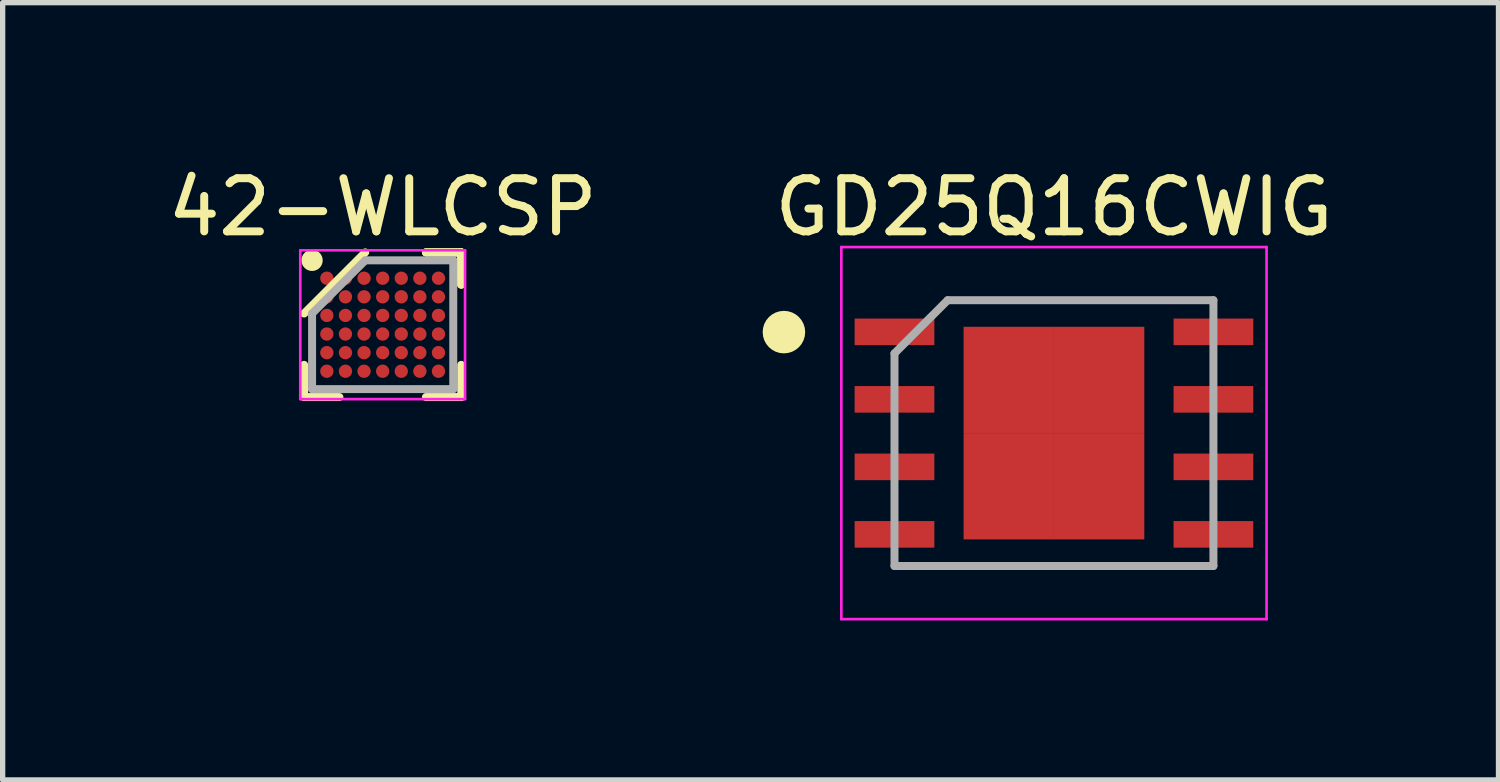
<source format=kicad_pcb>
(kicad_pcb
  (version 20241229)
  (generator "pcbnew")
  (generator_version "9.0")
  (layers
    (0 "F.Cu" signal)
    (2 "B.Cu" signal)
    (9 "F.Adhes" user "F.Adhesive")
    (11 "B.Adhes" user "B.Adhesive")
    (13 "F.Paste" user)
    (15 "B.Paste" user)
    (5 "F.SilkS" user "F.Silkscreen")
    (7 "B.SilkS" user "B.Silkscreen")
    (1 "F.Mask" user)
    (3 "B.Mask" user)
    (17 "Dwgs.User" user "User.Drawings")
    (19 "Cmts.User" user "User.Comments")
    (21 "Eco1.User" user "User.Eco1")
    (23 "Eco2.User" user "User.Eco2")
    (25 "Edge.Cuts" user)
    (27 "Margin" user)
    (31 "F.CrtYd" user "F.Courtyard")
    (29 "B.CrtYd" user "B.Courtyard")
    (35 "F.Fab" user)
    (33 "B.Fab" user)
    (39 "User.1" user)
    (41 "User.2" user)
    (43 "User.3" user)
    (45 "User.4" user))
  (footprint "GD25Q16CWIG"
    (layer "F.Cu")
    (at 16.778 5.098)
    (property "Reference" "GD25Q16CWIG" (at 0 -4.25 0) (layer "F.SilkS") (effects (font (size 1 1) (thickness 0.15))))
    (attr smd)
    (fp_circle (center -5.08 -1.9) (end -4.88 -1.9) (stroke (width 0.4) (type solid)) (fill no) (layer "F.SilkS"))
    (fp_line (start -4 -3.5) (end 4 -3.5) (stroke (width 0.05) (type solid)) (layer "F.CrtYd"))
    (fp_line (start -4 3.5) (end -4 -3.5) (stroke (width 0.05) (type solid)) (layer "F.CrtYd"))
    (fp_line (start 4 -3.5) (end 4 3.5) (stroke (width 0.05) (type solid)) (layer "F.CrtYd"))
    (fp_line (start 4 3.5) (end -4 3.5) (stroke (width 0.05) (type solid)) (layer "F.CrtYd"))
    (fp_line (start -3 -1.5) (end -3 2.5) (stroke (width 0.15) (type solid)) (layer "F.Fab"))
    (fp_line (start -3 2.5) (end 3 2.5) (stroke (width 0.15) (type solid)) (layer "F.Fab"))
    (fp_line (start -2 -2.5) (end -3 -1.5) (stroke (width 0.15) (type solid)) (layer "F.Fab"))
    (fp_line (start 3 -2.5) (end -2 -2.5) (stroke (width 0.15) (type solid)) (layer "F.Fab"))
    (fp_line (start 3 2.5) (end 3 -2.5) (stroke (width 0.15) (type solid)) (layer "F.Fab"))
    (pad "1" smd rect (at -3 -1.905 90) (size 0.5 1.5) (layers "F.Cu" "F.Mask" "F.Paste"))
    (pad "2" smd rect (at -3 -0.635 90) (size 0.5 1.5) (layers "F.Cu" "F.Mask" "F.Paste"))
    (pad "3" smd rect (at -3 0.635 90) (size 0.5 1.5) (layers "F.Cu" "F.Mask" "F.Paste"))
    (pad "4" smd rect (at -3 1.905 90) (size 0.5 1.5) (layers "F.Cu" "F.Mask" "F.Paste"))
    (pad "5" smd rect (at 3 1.905 90) (size 0.5 1.5) (layers "F.Cu" "F.Mask" "F.Paste"))
    (pad "6" smd rect (at 3 0.635 90) (size 0.5 1.5) (layers "F.Cu" "F.Mask" "F.Paste"))
    (pad "7" smd rect (at 3 -0.635 90) (size 0.5 1.5) (layers "F.Cu" "F.Mask" "F.Paste"))
    (pad "8" smd rect (at 3 -1.905 90) (size 0.5 1.5) (layers "F.Cu" "F.Mask" "F.Paste"))
    (pad "9" smd rect (at -0.85 -1) (size 1.7 2) (layers "F.Cu" "F.Mask" "F.Paste"))
    (pad "9" smd rect (at -0.85 1) (size 1.7 2) (layers "F.Cu" "F.Mask" "F.Paste"))
    (pad "9" smd rect (at 0.85 -1) (size 1.7 2) (layers "F.Cu" "F.Mask" "F.Paste"))
    (pad "9" smd rect (at 0.85 1) (size 1.7 2) (layers "F.Cu" "F.Mask" "F.Paste")))
  (footprint "42-WLCSP"
    (layer "F.Cu")
    (at 4.149 3.059)
    (property "Reference" "42-WLCSP" (at 0 -2.211 0) (layer "F.SilkS") (effects (font (size 1 1) (thickness 0.15))))
    (attr smd)
    (fp_line (start -1.478 1.361) (end -1.478 0.755) (stroke (width 0.15) (type solid)) (layer "F.SilkS"))
    (fp_line (start -0.814 1.361) (end -1.478 1.361) (stroke (width 0.15) (type solid)) (layer "F.SilkS"))
    (fp_line (start -0.328 -1.361) (end -1.478 -0.211) (stroke (width 0.15) (type solid)) (layer "F.SilkS"))
    (fp_line (start 0.814 -1.361) (end 1.478 -1.361) (stroke (width 0.15) (type solid)) (layer "F.SilkS"))
    (fp_line (start 0.814 -1.361) (end 1.478 -1.361) (stroke (width 0.15) (type solid)) (layer "F.SilkS"))
    (fp_line (start 0.814 -1.361) (end 1.478 -1.361) (stroke (width 0.15) (type solid)) (layer "F.SilkS"))
    (fp_line (start 0.814 1.361) (end 1.478 1.361) (stroke (width 0.15) (type solid)) (layer "F.SilkS"))
    (fp_line (start 1.478 -1.361) (end 1.478 -0.755) (stroke (width 0.15) (type solid)) (layer "F.SilkS"))
    (fp_line (start 1.478 -1.361) (end 1.478 -0.755) (stroke (width 0.15) (type solid)) (layer "F.SilkS"))
    (fp_line (start 1.478 -1.361) (end 1.478 -0.755) (stroke (width 0.15) (type solid)) (layer "F.SilkS"))
    (fp_line (start 1.478 1.361) (end 1.478 0.755) (stroke (width 0.15) (type solid)) (layer "F.SilkS"))
    (fp_circle (center -1.328 -1.211) (end -1.328 -1.111) (stroke (width 0.2) (type solid)) (fill no) (layer "F.SilkS"))
    (fp_line (start -1.55 -1.4) (end 1.55 -1.4) (stroke (width 0.05) (type solid)) (layer "F.CrtYd"))
    (fp_line (start -1.55 1.4) (end -1.55 -1.4) (stroke (width 0.05) (type solid)) (layer "F.CrtYd"))
    (fp_line (start 1.55 -1.4) (end 1.55 1.4) (stroke (width 0.05) (type solid)) (layer "F.CrtYd"))
    (fp_line (start 1.55 1.4) (end -1.55 1.4) (stroke (width 0.05) (type solid)) (layer "F.CrtYd"))
    (fp_line (start -1.328 -0.211) (end -1.328 1.211) (stroke (width 0.15) (type solid)) (layer "F.Fab"))
    (fp_line (start -1.328 1.211) (end 1.328 1.211) (stroke (width 0.15) (type solid)) (layer "F.Fab"))
    (fp_line (start -0.328 -1.211) (end -1.328 -0.211) (stroke (width 0.15) (type solid)) (layer "F.Fab"))
    (fp_line (start 1.328 -1.211) (end -0.328 -1.211) (stroke (width 0.15) (type solid)) (layer "F.Fab"))
    (fp_line (start 1.328 1.211) (end 1.328 -1.211) (stroke (width 0.15) (type solid)) (layer "F.Fab"))
    (pad "A1" smd circle (at -1.05 -0.875) (size 0.25 0.25) (layers "F.Cu" "F.Mask" "F.Paste"))
    (pad "A2" smd circle (at -0.7 -0.875) (size 0.25 0.25) (layers "F.Cu" "F.Mask" "F.Paste"))
    (pad "A3" smd circle (at -0.35 -0.875) (size 0.25 0.25) (layers "F.Cu" "F.Mask" "F.Paste"))
    (pad "A4" smd circle (at 0 -0.875) (size 0.25 0.25) (layers "F.Cu" "F.Mask" "F.Paste"))
    (pad "A5" smd circle (at 0.35 -0.875) (size 0.25 0.25) (layers "F.Cu" "F.Mask" "F.Paste"))
    (pad "A6" smd circle (at 0.7 -0.875) (size 0.25 0.25) (layers "F.Cu" "F.Mask" "F.Paste"))
    (pad "A7" smd circle (at 1.05 -0.875) (size 0.25 0.25) (layers "F.Cu" "F.Mask" "F.Paste"))
    (pad "B1" smd circle (at -1.05 -0.525) (size 0.25 0.25) (layers "F.Cu" "F.Mask" "F.Paste"))
    (pad "B2" smd circle (at -0.7 -0.525) (size 0.25 0.25) (layers "F.Cu" "F.Mask" "F.Paste"))
    (pad "B3" smd circle (at -0.35 -0.525) (size 0.25 0.25) (layers "F.Cu" "F.Mask" "F.Paste"))
    (pad "B4" smd circle (at 0 -0.525) (size 0.25 0.25) (layers "F.Cu" "F.Mask" "F.Paste"))
    (pad "B5" smd circle (at 0.35 -0.525) (size 0.25 0.25) (layers "F.Cu" "F.Mask" "F.Paste"))
    (pad "B6" smd circle (at 0.7 -0.525) (size 0.25 0.25) (layers "F.Cu" "F.Mask" "F.Paste"))
    (pad "B7" smd circle (at 1.05 -0.525) (size 0.25 0.25) (layers "F.Cu" "F.Mask" "F.Paste"))
    (pad "C1" smd circle (at -1.05 -0.175) (size 0.25 0.25) (layers "F.Cu" "F.Mask" "F.Paste"))
    (pad "C2" smd circle (at -0.7 -0.175) (size 0.25 0.25) (layers "F.Cu" "F.Mask" "F.Paste"))
    (pad "C3" smd circle (at -0.35 -0.175) (size 0.25 0.25) (layers "F.Cu" "F.Mask" "F.Paste"))
    (pad "C4" smd circle (at 0 -0.175) (size 0.25 0.25) (layers "F.Cu" "F.Mask" "F.Paste"))
    (pad "C5" smd circle (at 0.35 -0.175) (size 0.25 0.25) (layers "F.Cu" "F.Mask" "F.Paste"))
    (pad "C6" smd circle (at 0.7 -0.175) (size 0.25 0.25) (layers "F.Cu" "F.Mask" "F.Paste"))
    (pad "C7" smd circle (at 1.05 -0.175) (size 0.25 0.25) (layers "F.Cu" "F.Mask" "F.Paste"))
    (pad "D1" smd circle (at -1.05 0.175) (size 0.25 0.25) (layers "F.Cu" "F.Mask" "F.Paste"))
    (pad "D2" smd circle (at -0.7 0.175) (size 0.25 0.25) (layers "F.Cu" "F.Mask" "F.Paste"))
    (pad "D3" smd circle (at -0.35 0.175) (size 0.25 0.25) (layers "F.Cu" "F.Mask" "F.Paste"))
    (pad "D4" smd circle (at 0 0.175) (size 0.25 0.25) (layers "F.Cu" "F.Mask" "F.Paste"))
    (pad "D5" smd circle (at 0.35 0.175) (size 0.25 0.25) (layers "F.Cu" "F.Mask" "F.Paste"))
    (pad "D6" smd circle (at 0.7 0.175) (size 0.25 0.25) (layers "F.Cu" "F.Mask" "F.Paste"))
    (pad "D7" smd circle (at 1.05 0.175) (size 0.25 0.25) (layers "F.Cu" "F.Mask" "F.Paste"))
    (pad "E1" smd circle (at -1.05 0.525) (size 0.25 0.25) (layers "F.Cu" "F.Mask" "F.Paste"))
    (pad "E2" smd circle (at -0.7 0.525) (size 0.25 0.25) (layers "F.Cu" "F.Mask" "F.Paste"))
    (pad "E3" smd circle (at -0.35 0.525) (size 0.25 0.25) (layers "F.Cu" "F.Mask" "F.Paste"))
    (pad "E4" smd circle (at 0 0.525) (size 0.25 0.25) (layers "F.Cu" "F.Mask" "F.Paste"))
    (pad "E5" smd circle (at 0.35 0.525) (size 0.25 0.25) (layers "F.Cu" "F.Mask" "F.Paste"))
    (pad "E6" smd circle (at 0.7 0.525) (size 0.25 0.25) (layers "F.Cu" "F.Mask" "F.Paste"))
    (pad "E7" smd circle (at 1.05 0.525) (size 0.25 0.25) (layers "F.Cu" "F.Mask" "F.Paste"))
    (pad "F1" smd circle (at -1.05 0.875) (size 0.25 0.25) (layers "F.Cu" "F.Mask" "F.Paste"))
    (pad "F2" smd circle (at -0.7 0.875) (size 0.25 0.25) (layers "F.Cu" "F.Mask" "F.Paste"))
    (pad "F3" smd circle (at -0.35 0.875) (size 0.25 0.25) (layers "F.Cu" "F.Mask" "F.Paste"))
    (pad "F4" smd circle (at 0 0.875) (size 0.25 0.25) (layers "F.Cu" "F.Mask" "F.Paste"))
    (pad "F5" smd circle (at 0.35 0.875) (size 0.25 0.25) (layers "F.Cu" "F.Mask" "F.Paste"))
    (pad "F6" smd circle (at 0.7 0.875) (size 0.25 0.25) (layers "F.Cu" "F.Mask" "F.Paste"))
    (pad "F7" smd circle (at 1.05 0.875) (size 0.25 0.25) (layers "F.Cu" "F.Mask" "F.Paste")))
  (gr_rect
    (start -3 -3)
    (end 25.141 11.623)
    (stroke (width 0.1) (type default))
    (fill no)
    (layer "Edge.Cuts")))
</source>
